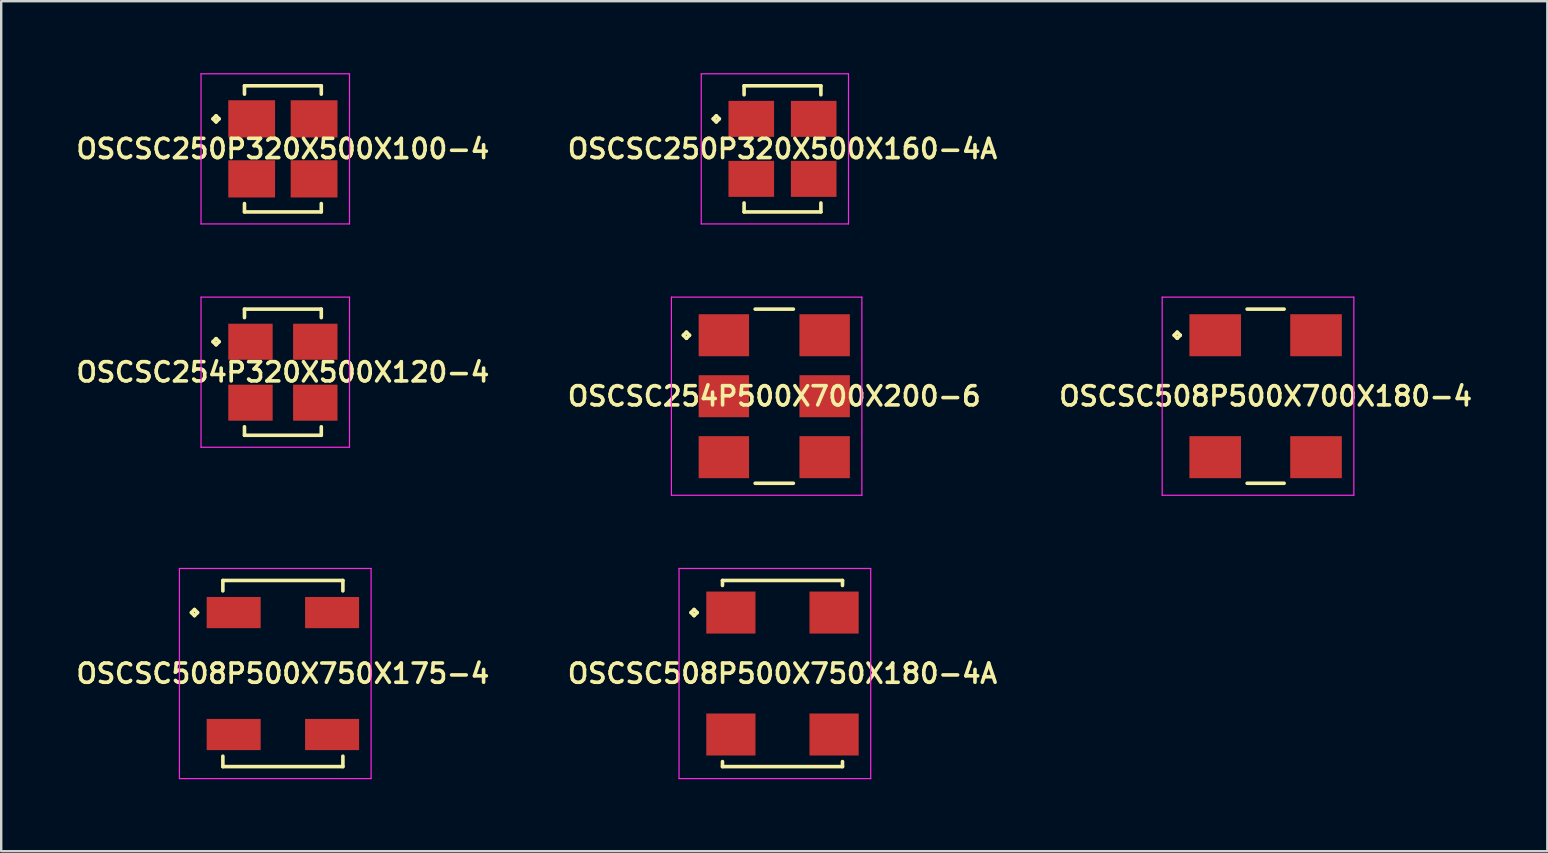
<source format=kicad_pcb>
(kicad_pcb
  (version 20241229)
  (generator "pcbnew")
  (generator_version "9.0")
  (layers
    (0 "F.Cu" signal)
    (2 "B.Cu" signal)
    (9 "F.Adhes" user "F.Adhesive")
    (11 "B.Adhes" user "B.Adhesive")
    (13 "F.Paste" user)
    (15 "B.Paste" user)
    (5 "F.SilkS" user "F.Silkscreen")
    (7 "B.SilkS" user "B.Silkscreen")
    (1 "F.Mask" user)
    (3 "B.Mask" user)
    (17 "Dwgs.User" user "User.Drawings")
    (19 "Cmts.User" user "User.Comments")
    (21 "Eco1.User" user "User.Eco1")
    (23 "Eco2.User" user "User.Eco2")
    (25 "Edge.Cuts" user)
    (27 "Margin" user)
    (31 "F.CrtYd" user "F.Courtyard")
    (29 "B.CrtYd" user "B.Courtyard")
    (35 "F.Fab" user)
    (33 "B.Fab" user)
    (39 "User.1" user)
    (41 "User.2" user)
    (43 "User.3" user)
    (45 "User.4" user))
  (footprint "OSCSC508P500X700X180-4"
    (layer "F.Cu")
    (at 49.677 13.456)
    (property "Reference" "OSCSC508P500X700X180-4" (at 0 0 0) (layer "F.SilkS") (effects (font (size 0.8 0.8) (thickness 0.15))))
    (attr smd)
    (fp_line (start -3.81 -2.54) (end -3.683 -2.667) (stroke (width 0.15) (type solid)) (layer "F.SilkS"))
    (fp_line (start -3.683 -2.667) (end -3.556 -2.54) (stroke (width 0.15) (type solid)) (layer "F.SilkS"))
    (fp_line (start -3.683 -2.413) (end -3.81 -2.54) (stroke (width 0.15) (type solid)) (layer "F.SilkS"))
    (fp_line (start -3.556 -2.54) (end -3.683 -2.413) (stroke (width 0.15) (type solid)) (layer "F.SilkS"))
    (fp_line (start -0.771 -3.627) (end 0.771 -3.627) (stroke (width 0.15) (type solid)) (layer "F.SilkS"))
    (fp_line (start -0.771 3.627) (end 0.771 3.627) (stroke (width 0.15) (type solid)) (layer "F.SilkS"))
    (fp_line (start -4.31 -4.127) (end 3.675 -4.127) (stroke (width 0.05) (type solid)) (layer "F.CrtYd"))
    (fp_line (start -4.31 4.127) (end -4.31 -4.127) (stroke (width 0.05) (type solid)) (layer "F.CrtYd"))
    (fp_line (start 3.675 -4.127) (end 3.675 4.127) (stroke (width 0.05) (type solid)) (layer "F.CrtYd"))
    (fp_line (start 3.675 4.127) (end -4.31 4.127) (stroke (width 0.05) (type solid)) (layer "F.CrtYd"))
    (pad "1" smd rect (at -2.1 -2.54) (size 2.15 1.75) (layers "F.Cu" "F.Mask" "F.Paste"))
    (pad "2" smd rect (at -2.1 2.54) (size 2.15 1.75) (layers "F.Cu" "F.Mask" "F.Paste"))
    (pad "3" smd rect (at 2.1 2.54) (size 2.15 1.75) (layers "F.Cu" "F.Mask" "F.Paste"))
    (pad "4" smd rect (at 2.1 -2.54) (size 2.15 1.75) (layers "F.Cu" "F.Mask" "F.Paste")))
  (footprint "OSCSC250P320X500X100-4"
    (layer "F.Cu")
    (at 8.735 3.152)
    (property "Reference" "OSCSC250P320X500X100-4" (at 0 0 0) (layer "F.SilkS") (effects (font (size 0.8 0.8) (thickness 0.15))))
    (attr smd)
    (fp_line (start -2.91 -1.25) (end -2.783 -1.377) (stroke (width 0.15) (type solid)) (layer "F.SilkS"))
    (fp_line (start -2.783 -1.377) (end -2.656 -1.25) (stroke (width 0.15) (type solid)) (layer "F.SilkS"))
    (fp_line (start -2.783 -1.123) (end -2.91 -1.25) (stroke (width 0.15) (type solid)) (layer "F.SilkS"))
    (fp_line (start -2.656 -1.25) (end -2.783 -1.123) (stroke (width 0.15) (type solid)) (layer "F.SilkS"))
    (fp_line (start -1.6 -2.627) (end 1.6 -2.627) (stroke (width 0.15) (type solid)) (layer "F.SilkS"))
    (fp_line (start -1.6 -2.279) (end -1.6 -2.627) (stroke (width 0.15) (type solid)) (layer "F.SilkS"))
    (fp_line (start -1.6 2.279) (end -1.6 2.627) (stroke (width 0.15) (type solid)) (layer "F.SilkS"))
    (fp_line (start -1.6 2.627) (end 1.6 2.627) (stroke (width 0.15) (type solid)) (layer "F.SilkS"))
    (fp_line (start 1.6 -2.627) (end 1.6 -2.279) (stroke (width 0.15) (type solid)) (layer "F.SilkS"))
    (fp_line (start 1.6 2.627) (end 1.6 2.279) (stroke (width 0.15) (type solid)) (layer "F.SilkS"))
    (fp_line (start -3.41 -3.127) (end 2.775 -3.127) (stroke (width 0.05) (type solid)) (layer "F.CrtYd"))
    (fp_line (start -3.41 3.127) (end -3.41 -3.127) (stroke (width 0.05) (type solid)) (layer "F.CrtYd"))
    (fp_line (start 2.775 -3.127) (end 2.775 3.127) (stroke (width 0.05) (type solid)) (layer "F.CrtYd"))
    (fp_line (start 2.775 3.127) (end -3.41 3.127) (stroke (width 0.05) (type solid)) (layer "F.CrtYd"))
    (pad "1" smd rect (at -1.3 -1.25) (size 1.95 1.55) (layers "F.Cu" "F.Mask" "F.Paste"))
    (pad "2" smd rect (at -1.3 1.25) (size 1.95 1.55) (layers "F.Cu" "F.Mask" "F.Paste"))
    (pad "3" smd rect (at 1.3 1.25) (size 1.95 1.55) (layers "F.Cu" "F.Mask" "F.Paste"))
    (pad "4" smd rect (at 1.3 -1.25) (size 1.95 1.55) (layers "F.Cu" "F.Mask" "F.Paste")))
  (footprint "OSCSC508P500X750X180-4A"
    (layer "F.Cu")
    (at 29.549 25.01)
    (property "Reference" "OSCSC508P500X750X180-4A" (at 0 0 0) (layer "F.SilkS") (effects (font (size 0.8 0.8) (thickness 0.15))))
    (attr smd)
    (fp_line (start -3.81 -2.54) (end -3.683 -2.667) (stroke (width 0.15) (type solid)) (layer "F.SilkS"))
    (fp_line (start -3.683 -2.667) (end -3.556 -2.54) (stroke (width 0.15) (type solid)) (layer "F.SilkS"))
    (fp_line (start -3.683 -2.413) (end -3.81 -2.54) (stroke (width 0.15) (type solid)) (layer "F.SilkS"))
    (fp_line (start -3.556 -2.54) (end -3.683 -2.413) (stroke (width 0.15) (type solid)) (layer "F.SilkS"))
    (fp_line (start -2.5 -3.877) (end 2.5 -3.877) (stroke (width 0.15) (type solid)) (layer "F.SilkS"))
    (fp_line (start -2.5 -3.669) (end -2.5 -3.877) (stroke (width 0.15) (type solid)) (layer "F.SilkS"))
    (fp_line (start -2.5 3.669) (end -2.5 3.877) (stroke (width 0.15) (type solid)) (layer "F.SilkS"))
    (fp_line (start -2.5 3.877) (end 2.5 3.877) (stroke (width 0.15) (type solid)) (layer "F.SilkS"))
    (fp_line (start 2.5 -3.877) (end 2.5 -3.669) (stroke (width 0.15) (type solid)) (layer "F.SilkS"))
    (fp_line (start 2.5 3.877) (end 2.5 3.669) (stroke (width 0.15) (type solid)) (layer "F.SilkS"))
    (fp_line (start -4.31 -4.377) (end 3.675 -4.377) (stroke (width 0.05) (type solid)) (layer "F.CrtYd"))
    (fp_line (start -4.31 4.377) (end -4.31 -4.377) (stroke (width 0.05) (type solid)) (layer "F.CrtYd"))
    (fp_line (start 3.675 -4.377) (end 3.675 4.377) (stroke (width 0.05) (type solid)) (layer "F.CrtYd"))
    (fp_line (start 3.675 4.377) (end -4.31 4.377) (stroke (width 0.05) (type solid)) (layer "F.CrtYd"))
    (pad "1" smd rect (at -2.15 -2.54) (size 2.05 1.75) (layers "F.Cu" "F.Mask" "F.Paste"))
    (pad "2" smd rect (at -2.15 2.54) (size 2.05 1.75) (layers "F.Cu" "F.Mask" "F.Paste"))
    (pad "3" smd rect (at 2.15 2.54) (size 2.05 1.75) (layers "F.Cu" "F.Mask" "F.Paste"))
    (pad "4" smd rect (at 2.15 -2.54) (size 2.05 1.75) (layers "F.Cu" "F.Mask" "F.Paste")))
  (footprint "OSCSC254P500X700X200-6"
    (layer "F.Cu")
    (at 29.206 13.456)
    (property "Reference" "OSCSC254P500X700X200-6" (at 0 0 0) (layer "F.SilkS") (effects (font (size 0.8 0.8) (thickness 0.15))))
    (attr smd)
    (fp_line (start -3.785 -2.54) (end -3.658 -2.667) (stroke (width 0.15) (type solid)) (layer "F.SilkS"))
    (fp_line (start -3.658 -2.667) (end -3.531 -2.54) (stroke (width 0.15) (type solid)) (layer "F.SilkS"))
    (fp_line (start -3.658 -2.413) (end -3.785 -2.54) (stroke (width 0.15) (type solid)) (layer "F.SilkS"))
    (fp_line (start -3.531 -2.54) (end -3.658 -2.413) (stroke (width 0.15) (type solid)) (layer "F.SilkS"))
    (fp_line (start -0.796 -3.627) (end 0.796 -3.627) (stroke (width 0.15) (type solid)) (layer "F.SilkS"))
    (fp_line (start -0.796 3.627) (end 0.796 3.627) (stroke (width 0.15) (type solid)) (layer "F.SilkS"))
    (fp_line (start -4.285 -4.127) (end 3.65 -4.127) (stroke (width 0.05) (type solid)) (layer "F.CrtYd"))
    (fp_line (start -4.285 4.127) (end -4.285 -4.127) (stroke (width 0.05) (type solid)) (layer "F.CrtYd"))
    (fp_line (start 3.65 -4.127) (end 3.65 4.127) (stroke (width 0.05) (type solid)) (layer "F.CrtYd"))
    (fp_line (start 3.65 4.127) (end -4.285 4.127) (stroke (width 0.05) (type solid)) (layer "F.CrtYd"))
    (pad "1" smd rect (at -2.1 -2.54) (size 2.1 1.75) (layers "F.Cu" "F.Mask" "F.Paste"))
    (pad "2" smd rect (at -2.1 0) (size 2.1 1.75) (layers "F.Cu" "F.Mask" "F.Paste"))
    (pad "3" smd rect (at -2.1 2.54) (size 2.1 1.75) (layers "F.Cu" "F.Mask" "F.Paste"))
    (pad "4" smd rect (at 2.1 2.54) (size 2.1 1.75) (layers "F.Cu" "F.Mask" "F.Paste"))
    (pad "5" smd rect (at 2.1 0) (size 2.1 1.75) (layers "F.Cu" "F.Mask" "F.Paste"))
    (pad "6" smd rect (at 2.1 -2.54) (size 2.1 1.75) (layers "F.Cu" "F.Mask" "F.Paste")))
  (footprint "OSCSC250P320X500X160-4A"
    (layer "F.Cu")
    (at 29.549 3.152)
    (property "Reference" "OSCSC250P320X500X160-4A" (at 0 0 0) (layer "F.SilkS") (effects (font (size 0.8 0.8) (thickness 0.15))))
    (attr smd)
    (fp_line (start -2.885 -1.25) (end -2.758 -1.377) (stroke (width 0.15) (type solid)) (layer "F.SilkS"))
    (fp_line (start -2.758 -1.377) (end -2.631 -1.25) (stroke (width 0.15) (type solid)) (layer "F.SilkS"))
    (fp_line (start -2.758 -1.123) (end -2.885 -1.25) (stroke (width 0.15) (type solid)) (layer "F.SilkS"))
    (fp_line (start -2.631 -1.25) (end -2.758 -1.123) (stroke (width 0.15) (type solid)) (layer "F.SilkS"))
    (fp_line (start -1.6 -2.627) (end 1.6 -2.627) (stroke (width 0.15) (type solid)) (layer "F.SilkS"))
    (fp_line (start -1.6 -2.254) (end -1.6 -2.627) (stroke (width 0.15) (type solid)) (layer "F.SilkS"))
    (fp_line (start -1.6 2.254) (end -1.6 2.627) (stroke (width 0.15) (type solid)) (layer "F.SilkS"))
    (fp_line (start -1.6 2.627) (end 1.6 2.627) (stroke (width 0.15) (type solid)) (layer "F.SilkS"))
    (fp_line (start 1.6 -2.627) (end 1.6 -2.254) (stroke (width 0.15) (type solid)) (layer "F.SilkS"))
    (fp_line (start 1.6 2.627) (end 1.6 2.254) (stroke (width 0.15) (type solid)) (layer "F.SilkS"))
    (fp_line (start -3.385 -3.127) (end 2.75 -3.127) (stroke (width 0.05) (type solid)) (layer "F.CrtYd"))
    (fp_line (start -3.385 3.127) (end -3.385 -3.127) (stroke (width 0.05) (type solid)) (layer "F.CrtYd"))
    (fp_line (start 2.75 -3.127) (end 2.75 3.127) (stroke (width 0.05) (type solid)) (layer "F.CrtYd"))
    (fp_line (start 2.75 3.127) (end -3.385 3.127) (stroke (width 0.05) (type solid)) (layer "F.CrtYd"))
    (pad "1" smd rect (at -1.3 -1.25) (size 1.9 1.5) (layers "F.Cu" "F.Mask" "F.Paste"))
    (pad "2" smd rect (at -1.3 1.25) (size 1.9 1.5) (layers "F.Cu" "F.Mask" "F.Paste"))
    (pad "3" smd rect (at 1.3 1.25) (size 1.9 1.5) (layers "F.Cu" "F.Mask" "F.Paste"))
    (pad "4" smd rect (at 1.3 -1.25) (size 1.9 1.5) (layers "F.Cu" "F.Mask" "F.Paste")))
  (footprint "OSCSC254P320X500X120-4"
    (layer "F.Cu")
    (at 8.735 12.456)
    (property "Reference" "OSCSC254P320X500X120-4" (at 0 0 0) (layer "F.SilkS") (effects (font (size 0.8 0.8) (thickness 0.15))))
    (attr smd)
    (fp_line (start -2.91 -1.27) (end -2.783 -1.397) (stroke (width 0.15) (type solid)) (layer "F.SilkS"))
    (fp_line (start -2.783 -1.397) (end -2.656 -1.27) (stroke (width 0.15) (type solid)) (layer "F.SilkS"))
    (fp_line (start -2.783 -1.143) (end -2.91 -1.27) (stroke (width 0.15) (type solid)) (layer "F.SilkS"))
    (fp_line (start -2.656 -1.27) (end -2.783 -1.143) (stroke (width 0.15) (type solid)) (layer "F.SilkS"))
    (fp_line (start -1.6 -2.627) (end 1.6 -2.627) (stroke (width 0.15) (type solid)) (layer "F.SilkS"))
    (fp_line (start -1.6 -2.274) (end -1.6 -2.627) (stroke (width 0.15) (type solid)) (layer "F.SilkS"))
    (fp_line (start -1.6 2.274) (end -1.6 2.627) (stroke (width 0.15) (type solid)) (layer "F.SilkS"))
    (fp_line (start -1.6 2.627) (end 1.6 2.627) (stroke (width 0.15) (type solid)) (layer "F.SilkS"))
    (fp_line (start 1.6 -2.627) (end 1.6 -2.274) (stroke (width 0.15) (type solid)) (layer "F.SilkS"))
    (fp_line (start 1.6 2.627) (end 1.6 2.274) (stroke (width 0.15) (type solid)) (layer "F.SilkS"))
    (fp_line (start -3.41 -3.127) (end 2.775 -3.127) (stroke (width 0.05) (type solid)) (layer "F.CrtYd"))
    (fp_line (start -3.41 3.127) (end -3.41 -3.127) (stroke (width 0.05) (type solid)) (layer "F.CrtYd"))
    (fp_line (start 2.775 -3.127) (end 2.775 3.127) (stroke (width 0.05) (type solid)) (layer "F.CrtYd"))
    (fp_line (start 2.775 3.127) (end -3.41 3.127) (stroke (width 0.05) (type solid)) (layer "F.CrtYd"))
    (pad "1" smd rect (at -1.35 -1.27) (size 1.85 1.5) (layers "F.Cu" "F.Mask" "F.Paste"))
    (pad "2" smd rect (at -1.35 1.27) (size 1.85 1.5) (layers "F.Cu" "F.Mask" "F.Paste"))
    (pad "3" smd rect (at 1.35 1.27) (size 1.85 1.5) (layers "F.Cu" "F.Mask" "F.Paste"))
    (pad "4" smd rect (at 1.35 -1.27) (size 1.85 1.5) (layers "F.Cu" "F.Mask" "F.Paste")))
  (footprint "OSCSC508P500X750X175-4"
    (layer "F.Cu")
    (at 8.735 25.01)
    (property "Reference" "OSCSC508P500X750X175-4" (at 0 0 0) (layer "F.SilkS") (effects (font (size 0.8 0.8) (thickness 0.15))))
    (attr smd)
    (fp_line (start -3.81 -2.54) (end -3.683 -2.667) (stroke (width 0.15) (type solid)) (layer "F.SilkS"))
    (fp_line (start -3.683 -2.667) (end -3.556 -2.54) (stroke (width 0.15) (type solid)) (layer "F.SilkS"))
    (fp_line (start -3.683 -2.413) (end -3.81 -2.54) (stroke (width 0.15) (type solid)) (layer "F.SilkS"))
    (fp_line (start -3.556 -2.54) (end -3.683 -2.413) (stroke (width 0.15) (type solid)) (layer "F.SilkS"))
    (fp_line (start -2.5 -3.877) (end 2.5 -3.877) (stroke (width 0.15) (type solid)) (layer "F.SilkS"))
    (fp_line (start -2.5 -3.444) (end -2.5 -3.877) (stroke (width 0.15) (type solid)) (layer "F.SilkS"))
    (fp_line (start -2.5 3.444) (end -2.5 3.877) (stroke (width 0.15) (type solid)) (layer "F.SilkS"))
    (fp_line (start -2.5 3.877) (end 2.5 3.877) (stroke (width 0.15) (type solid)) (layer "F.SilkS"))
    (fp_line (start 2.5 -3.877) (end 2.5 -3.444) (stroke (width 0.15) (type solid)) (layer "F.SilkS"))
    (fp_line (start 2.5 3.877) (end 2.5 3.444) (stroke (width 0.15) (type solid)) (layer "F.SilkS"))
    (fp_line (start -4.31 -4.377) (end 3.675 -4.377) (stroke (width 0.05) (type solid)) (layer "F.CrtYd"))
    (fp_line (start -4.31 4.377) (end -4.31 -4.377) (stroke (width 0.05) (type solid)) (layer "F.CrtYd"))
    (fp_line (start 3.675 -4.377) (end 3.675 4.377) (stroke (width 0.05) (type solid)) (layer "F.CrtYd"))
    (fp_line (start 3.675 4.377) (end -4.31 4.377) (stroke (width 0.05) (type solid)) (layer "F.CrtYd"))
    (pad "1" smd rect (at -2.05 -2.54) (size 2.25 1.3) (layers "F.Cu" "F.Mask" "F.Paste"))
    (pad "2" smd rect (at -2.05 2.54) (size 2.25 1.3) (layers "F.Cu" "F.Mask" "F.Paste"))
    (pad "3" smd rect (at 2.05 2.54) (size 2.25 1.3) (layers "F.Cu" "F.Mask" "F.Paste"))
    (pad "4" smd rect (at 2.05 -2.54) (size 2.25 1.3) (layers "F.Cu" "F.Mask" "F.Paste")))
  (gr_rect
    (start -3 -3)
    (end 61.413 32.412)
    (stroke (width 0.1) (type default))
    (fill no)
    (layer "Edge.Cuts")))
</source>
